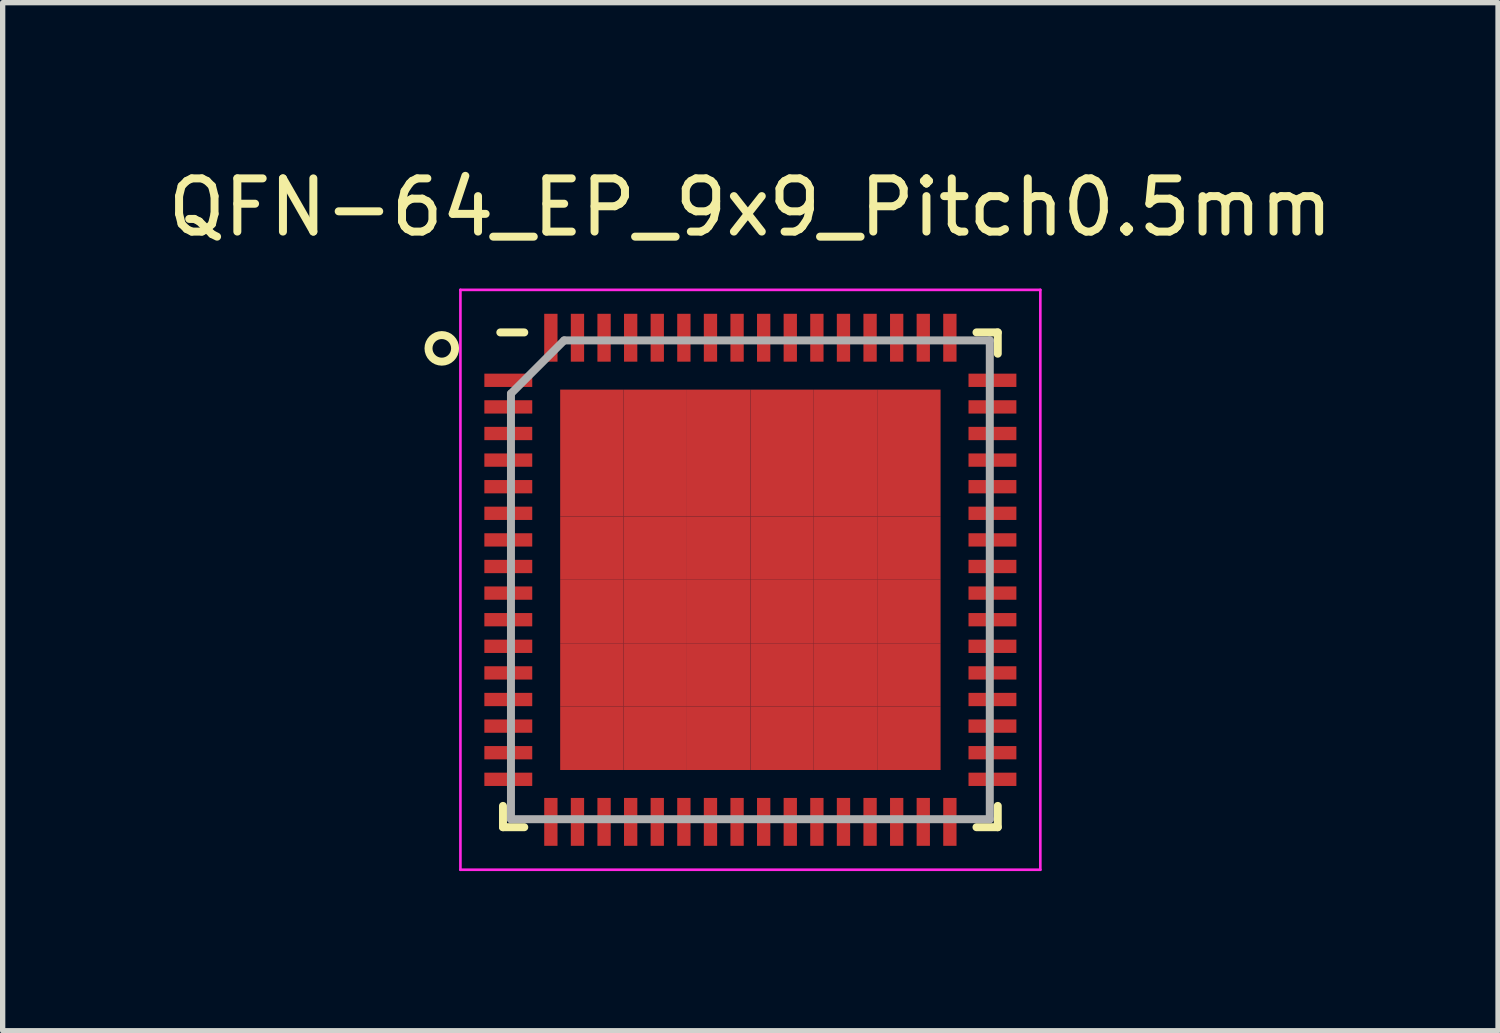
<source format=kicad_pcb>
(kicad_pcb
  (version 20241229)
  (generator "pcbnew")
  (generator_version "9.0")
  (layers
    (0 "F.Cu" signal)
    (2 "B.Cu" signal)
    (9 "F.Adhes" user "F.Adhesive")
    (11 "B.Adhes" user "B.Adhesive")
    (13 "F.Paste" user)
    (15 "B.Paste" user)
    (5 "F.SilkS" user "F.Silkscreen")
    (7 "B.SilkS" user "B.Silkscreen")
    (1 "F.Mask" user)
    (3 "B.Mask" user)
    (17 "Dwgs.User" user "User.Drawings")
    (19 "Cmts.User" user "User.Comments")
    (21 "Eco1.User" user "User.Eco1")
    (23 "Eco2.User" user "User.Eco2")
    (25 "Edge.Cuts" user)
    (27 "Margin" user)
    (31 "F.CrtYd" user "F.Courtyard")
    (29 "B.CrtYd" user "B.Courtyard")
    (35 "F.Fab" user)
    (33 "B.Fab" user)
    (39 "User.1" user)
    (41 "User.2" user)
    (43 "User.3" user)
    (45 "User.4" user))
  (footprint "QFN-64_EP_9x9_Pitch0.5mm"
    (layer "F.Cu")
    (at 11.054 7.848)
    (property "Reference" "QFN-64_EP_9x9_Pitch0.5mm" (at 0 -7 0) (layer "F.SilkS") (effects (font (size 1 1) (thickness 0.15))))
    (attr smd)
    (fp_line (start -4.65 4.65) (end -4.65 4.25) (stroke (width 0.15) (type solid)) (layer "F.SilkS"))
    (fp_line (start -4.25 -4.65) (end -4.7 -4.65) (stroke (width 0.15) (type solid)) (layer "F.SilkS"))
    (fp_line (start -4.25 4.65) (end -4.65 4.65) (stroke (width 0.15) (type solid)) (layer "F.SilkS"))
    (fp_line (start 4.25 -4.65) (end 4.65 -4.65) (stroke (width 0.15) (type solid)) (layer "F.SilkS"))
    (fp_line (start 4.25 4.65) (end 4.65 4.65) (stroke (width 0.15) (type solid)) (layer "F.SilkS"))
    (fp_line (start 4.65 -4.65) (end 4.65 -4.25) (stroke (width 0.15) (type solid)) (layer "F.SilkS"))
    (fp_line (start 4.65 4.65) (end 4.65 4.25) (stroke (width 0.15) (type solid)) (layer "F.SilkS"))
    (fp_circle (center -5.8 -4.35) (end -5.8 -4.1) (stroke (width 0.15) (type solid)) (fill no) (layer "F.SilkS"))
    (fp_line (start -5.45 -5.45) (end 5.45 -5.45) (stroke (width 0.05) (type solid)) (layer "F.CrtYd"))
    (fp_line (start -5.45 5.45) (end -5.45 -5.45) (stroke (width 0.05) (type solid)) (layer "F.CrtYd"))
    (fp_line (start 5.45 -5.45) (end 5.45 5.45) (stroke (width 0.05) (type solid)) (layer "F.CrtYd"))
    (fp_line (start 5.45 5.45) (end -5.45 5.45) (stroke (width 0.05) (type solid)) (layer "F.CrtYd"))
    (fp_line (start -4.5 -3.5) (end -4.5 4.5) (stroke (width 0.15) (type solid)) (layer "F.Fab"))
    (fp_line (start -4.5 4.5) (end 4.5 4.5) (stroke (width 0.15) (type solid)) (layer "F.Fab"))
    (fp_line (start -3.5 -4.5) (end -4.5 -3.5) (stroke (width 0.15) (type solid)) (layer "F.Fab"))
    (fp_line (start 4.5 -4.5) (end -3.5 -4.5) (stroke (width 0.15) (type solid)) (layer "F.Fab"))
    (fp_line (start 4.5 4.5) (end 4.5 -4.5) (stroke (width 0.15) (type solid)) (layer "F.Fab"))
    (pad "1" smd rect (at -4.55 -3.75 90) (size 0.25 0.9) (layers "F.Cu" "F.Mask" "F.Paste"))
    (pad "2" smd rect (at -4.55 -3.25 90) (size 0.25 0.9) (layers "F.Cu" "F.Mask" "F.Paste"))
    (pad "3" smd rect (at -4.55 -2.75 90) (size 0.25 0.9) (layers "F.Cu" "F.Mask" "F.Paste"))
    (pad "4" smd rect (at -4.55 -2.25 90) (size 0.25 0.9) (layers "F.Cu" "F.Mask" "F.Paste"))
    (pad "5" smd rect (at -4.55 -1.75 90) (size 0.25 0.9) (layers "F.Cu" "F.Mask" "F.Paste"))
    (pad "6" smd rect (at -4.55 -1.25 90) (size 0.25 0.9) (layers "F.Cu" "F.Mask" "F.Paste"))
    (pad "7" smd rect (at -4.55 -0.75 90) (size 0.25 0.9) (layers "F.Cu" "F.Mask" "F.Paste"))
    (pad "8" smd rect (at -4.55 -0.25 90) (size 0.25 0.9) (layers "F.Cu" "F.Mask" "F.Paste"))
    (pad "9" smd rect (at -4.55 0.25 90) (size 0.25 0.9) (layers "F.Cu" "F.Mask" "F.Paste"))
    (pad "10" smd rect (at -4.55 0.75 90) (size 0.25 0.9) (layers "F.Cu" "F.Mask" "F.Paste"))
    (pad "11" smd rect (at -4.55 1.25 90) (size 0.25 0.9) (layers "F.Cu" "F.Mask" "F.Paste"))
    (pad "12" smd rect (at -4.55 1.75 90) (size 0.25 0.9) (layers "F.Cu" "F.Mask" "F.Paste"))
    (pad "13" smd rect (at -4.55 2.25 90) (size 0.25 0.9) (layers "F.Cu" "F.Mask" "F.Paste"))
    (pad "14" smd rect (at -4.55 2.75 90) (size 0.25 0.9) (layers "F.Cu" "F.Mask" "F.Paste"))
    (pad "15" smd rect (at -4.55 3.25 90) (size 0.25 0.9) (layers "F.Cu" "F.Mask" "F.Paste"))
    (pad "16" smd rect (at -4.55 3.75 90) (size 0.25 0.9) (layers "F.Cu" "F.Mask" "F.Paste"))
    (pad "17" smd rect (at -3.75 4.55) (size 0.25 0.9) (layers "F.Cu" "F.Mask" "F.Paste"))
    (pad "18" smd rect (at -3.25 4.55) (size 0.25 0.9) (layers "F.Cu" "F.Mask" "F.Paste"))
    (pad "19" smd rect (at -2.75 4.55) (size 0.25 0.9) (layers "F.Cu" "F.Mask" "F.Paste"))
    (pad "20" smd rect (at -2.25 4.55) (size 0.25 0.9) (layers "F.Cu" "F.Mask" "F.Paste"))
    (pad "21" smd rect (at -1.75 4.55) (size 0.25 0.9) (layers "F.Cu" "F.Mask" "F.Paste"))
    (pad "22" smd rect (at -1.25 4.55) (size 0.25 0.9) (layers "F.Cu" "F.Mask" "F.Paste"))
    (pad "23" smd rect (at -0.75 4.55) (size 0.25 0.9) (layers "F.Cu" "F.Mask" "F.Paste"))
    (pad "24" smd rect (at -0.25 4.55) (size 0.25 0.9) (layers "F.Cu" "F.Mask" "F.Paste"))
    (pad "25" smd rect (at 0.25 4.55) (size 0.25 0.9) (layers "F.Cu" "F.Mask" "F.Paste"))
    (pad "26" smd rect (at 0.75 4.55) (size 0.25 0.9) (layers "F.Cu" "F.Mask" "F.Paste"))
    (pad "27" smd rect (at 1.25 4.55) (size 0.25 0.9) (layers "F.Cu" "F.Mask" "F.Paste"))
    (pad "28" smd rect (at 1.75 4.55) (size 0.25 0.9) (layers "F.Cu" "F.Mask" "F.Paste"))
    (pad "29" smd rect (at 2.25 4.55) (size 0.25 0.9) (layers "F.Cu" "F.Mask" "F.Paste"))
    (pad "30" smd rect (at 2.75 4.55) (size 0.25 0.9) (layers "F.Cu" "F.Mask" "F.Paste"))
    (pad "31" smd rect (at 3.25 4.55) (size 0.25 0.9) (layers "F.Cu" "F.Mask" "F.Paste"))
    (pad "32" smd rect (at 3.75 4.55) (size 0.25 0.9) (layers "F.Cu" "F.Mask" "F.Paste"))
    (pad "33" smd rect (at 4.55 3.75 90) (size 0.25 0.9) (layers "F.Cu" "F.Mask" "F.Paste"))
    (pad "34" smd rect (at 4.55 3.25 90) (size 0.25 0.9) (layers "F.Cu" "F.Mask" "F.Paste"))
    (pad "35" smd rect (at 4.55 2.75 90) (size 0.25 0.9) (layers "F.Cu" "F.Mask" "F.Paste"))
    (pad "36" smd rect (at 4.55 2.25 90) (size 0.25 0.9) (layers "F.Cu" "F.Mask" "F.Paste"))
    (pad "37" smd rect (at 4.55 1.75 90) (size 0.25 0.9) (layers "F.Cu" "F.Mask" "F.Paste"))
    (pad "38" smd rect (at 4.55 1.25 90) (size 0.25 0.9) (layers "F.Cu" "F.Mask" "F.Paste"))
    (pad "39" smd rect (at 4.55 0.75 90) (size 0.25 0.9) (layers "F.Cu" "F.Mask" "F.Paste"))
    (pad "40" smd rect (at 4.55 0.25 90) (size 0.25 0.9) (layers "F.Cu" "F.Mask" "F.Paste"))
    (pad "41" smd rect (at 4.55 -0.25 90) (size 0.25 0.9) (layers "F.Cu" "F.Mask" "F.Paste"))
    (pad "42" smd rect (at 4.55 -0.75 90) (size 0.25 0.9) (layers "F.Cu" "F.Mask" "F.Paste"))
    (pad "43" smd rect (at 4.55 -1.25 90) (size 0.25 0.9) (layers "F.Cu" "F.Mask" "F.Paste"))
    (pad "44" smd rect (at 4.55 -1.75 90) (size 0.25 0.9) (layers "F.Cu" "F.Mask" "F.Paste"))
    (pad "45" smd rect (at 4.55 -2.25 90) (size 0.25 0.9) (layers "F.Cu" "F.Mask" "F.Paste"))
    (pad "46" smd rect (at 4.55 -2.75 90) (size 0.25 0.9) (layers "F.Cu" "F.Mask" "F.Paste"))
    (pad "47" smd rect (at 4.55 -3.25 90) (size 0.25 0.9) (layers "F.Cu" "F.Mask" "F.Paste"))
    (pad "48" smd rect (at 4.55 -3.75 90) (size 0.25 0.9) (layers "F.Cu" "F.Mask" "F.Paste"))
    (pad "49" smd rect (at 3.75 -4.55) (size 0.25 0.9) (layers "F.Cu" "F.Mask" "F.Paste"))
    (pad "50" smd rect (at 3.25 -4.55) (size 0.25 0.9) (layers "F.Cu" "F.Mask" "F.Paste"))
    (pad "51" smd rect (at 2.75 -4.55) (size 0.25 0.9) (layers "F.Cu" "F.Mask" "F.Paste"))
    (pad "52" smd rect (at 2.25 -4.55) (size 0.25 0.9) (layers "F.Cu" "F.Mask" "F.Paste"))
    (pad "53" smd rect (at 1.75 -4.55) (size 0.25 0.9) (layers "F.Cu" "F.Mask" "F.Paste"))
    (pad "54" smd rect (at 1.25 -4.55) (size 0.25 0.9) (layers "F.Cu" "F.Mask" "F.Paste"))
    (pad "55" smd rect (at 0.75 -4.55) (size 0.25 0.9) (layers "F.Cu" "F.Mask" "F.Paste"))
    (pad "56" smd rect (at 0.25 -4.55) (size 0.25 0.9) (layers "F.Cu" "F.Mask" "F.Paste"))
    (pad "57" smd rect (at -0.25 -4.55) (size 0.25 0.9) (layers "F.Cu" "F.Mask" "F.Paste"))
    (pad "58" smd rect (at -0.75 -4.55) (size 0.25 0.9) (layers "F.Cu" "F.Mask" "F.Paste"))
    (pad "59" smd rect (at -1.25 -4.55) (size 0.25 0.9) (layers "F.Cu" "F.Mask" "F.Paste"))
    (pad "60" smd rect (at -1.75 -4.55) (size 0.25 0.9) (layers "F.Cu" "F.Mask" "F.Paste"))
    (pad "61" smd rect (at -2.25 -4.55) (size 0.25 0.9) (layers "F.Cu" "F.Mask" "F.Paste"))
    (pad "62" smd rect (at -2.75 -4.55) (size 0.25 0.9) (layers "F.Cu" "F.Mask" "F.Paste"))
    (pad "63" smd rect (at -3.25 -4.55) (size 0.25 0.9) (layers "F.Cu" "F.Mask" "F.Paste"))
    (pad "64" smd rect (at -3.75 -4.55) (size 0.25 0.9) (layers "F.Cu" "F.Mask" "F.Paste"))
    (pad "65" smd rect (at -2.979 -2.979) (size 1.192 1.192) (layers "F.Cu" "F.Mask" "F.Paste"))
    (pad "65" smd rect (at -2.979 -1.788) (size 1.192 1.192) (layers "F.Cu" "F.Mask" "F.Paste"))
    (pad "65" smd rect (at -2.979 -0.596) (size 1.192 1.192) (layers "F.Cu" "F.Mask" "F.Paste"))
    (pad "65" smd rect (at -2.979 0.596) (size 1.192 1.192) (layers "F.Cu" "F.Mask" "F.Paste"))
    (pad "65" smd rect (at -2.979 1.788) (size 1.192 1.192) (layers "F.Cu" "F.Mask" "F.Paste"))
    (pad "65" smd rect (at -2.979 2.979) (size 1.192 1.192) (layers "F.Cu" "F.Mask" "F.Paste"))
    (pad "65" smd rect (at -1.788 -2.979) (size 1.192 1.192) (layers "F.Cu" "F.Mask" "F.Paste"))
    (pad "65" smd rect (at -1.788 -1.788) (size 1.192 1.192) (layers "F.Cu" "F.Mask" "F.Paste"))
    (pad "65" smd rect (at -1.788 -0.596) (size 1.192 1.192) (layers "F.Cu" "F.Mask" "F.Paste"))
    (pad "65" smd rect (at -1.788 0.596) (size 1.192 1.192) (layers "F.Cu" "F.Mask" "F.Paste"))
    (pad "65" smd rect (at -1.788 1.788) (size 1.192 1.192) (layers "F.Cu" "F.Mask" "F.Paste"))
    (pad "65" smd rect (at -1.788 2.979) (size 1.192 1.192) (layers "F.Cu" "F.Mask" "F.Paste"))
    (pad "65" smd rect (at -0.596 -2.979) (size 1.192 1.192) (layers "F.Cu" "F.Mask" "F.Paste"))
    (pad "65" smd rect (at -0.596 -1.788) (size 1.192 1.192) (layers "F.Cu" "F.Mask" "F.Paste"))
    (pad "65" smd rect (at -0.596 -0.596) (size 1.192 1.192) (layers "F.Cu" "F.Mask" "F.Paste"))
    (pad "65" smd rect (at -0.596 0.596) (size 1.192 1.192) (layers "F.Cu" "F.Mask" "F.Paste"))
    (pad "65" smd rect (at -0.596 1.788) (size 1.192 1.192) (layers "F.Cu" "F.Mask" "F.Paste"))
    (pad "65" smd rect (at -0.596 2.979) (size 1.192 1.192) (layers "F.Cu" "F.Mask" "F.Paste"))
    (pad "65" smd rect (at 0.596 -2.979) (size 1.192 1.192) (layers "F.Cu" "F.Mask" "F.Paste"))
    (pad "65" smd rect (at 0.596 -1.788) (size 1.192 1.192) (layers "F.Cu" "F.Mask" "F.Paste"))
    (pad "65" smd rect (at 0.596 -0.596) (size 1.192 1.192) (layers "F.Cu" "F.Mask" "F.Paste"))
    (pad "65" smd rect (at 0.596 0.596) (size 1.192 1.192) (layers "F.Cu" "F.Mask" "F.Paste"))
    (pad "65" smd rect (at 0.596 1.788) (size 1.192 1.192) (layers "F.Cu" "F.Mask" "F.Paste"))
    (pad "65" smd rect (at 0.596 2.979) (size 1.192 1.192) (layers "F.Cu" "F.Mask" "F.Paste"))
    (pad "65" smd rect (at 1.788 -2.979) (size 1.192 1.192) (layers "F.Cu" "F.Mask" "F.Paste"))
    (pad "65" smd rect (at 1.788 -1.788) (size 1.192 1.192) (layers "F.Cu" "F.Mask" "F.Paste"))
    (pad "65" smd rect (at 1.788 -0.596) (size 1.192 1.192) (layers "F.Cu" "F.Mask" "F.Paste"))
    (pad "65" smd rect (at 1.788 0.596) (size 1.192 1.192) (layers "F.Cu" "F.Mask" "F.Paste"))
    (pad "65" smd rect (at 1.788 1.788) (size 1.192 1.192) (layers "F.Cu" "F.Mask" "F.Paste"))
    (pad "65" smd rect (at 1.788 2.979) (size 1.192 1.192) (layers "F.Cu" "F.Mask" "F.Paste"))
    (pad "65" smd rect (at 2.979 -2.979) (size 1.192 1.192) (layers "F.Cu" "F.Mask" "F.Paste"))
    (pad "65" smd rect (at 2.979 -1.788) (size 1.192 1.192) (layers "F.Cu" "F.Mask" "F.Paste"))
    (pad "65" smd rect (at 2.979 -0.596) (size 1.192 1.192) (layers "F.Cu" "F.Mask" "F.Paste"))
    (pad "65" smd rect (at 2.979 0.596) (size 1.192 1.192) (layers "F.Cu" "F.Mask" "F.Paste"))
    (pad "65" smd rect (at 2.979 1.788) (size 1.192 1.192) (layers "F.Cu" "F.Mask" "F.Paste"))
    (pad "65" smd rect (at 2.979 2.979) (size 1.192 1.192) (layers "F.Cu" "F.Mask" "F.Paste")))
  (gr_rect
    (start -3 -3)
    (end 25.107 16.323)
    (stroke (width 0.1) (type default))
    (fill no)
    (layer "Edge.Cuts")))
</source>
